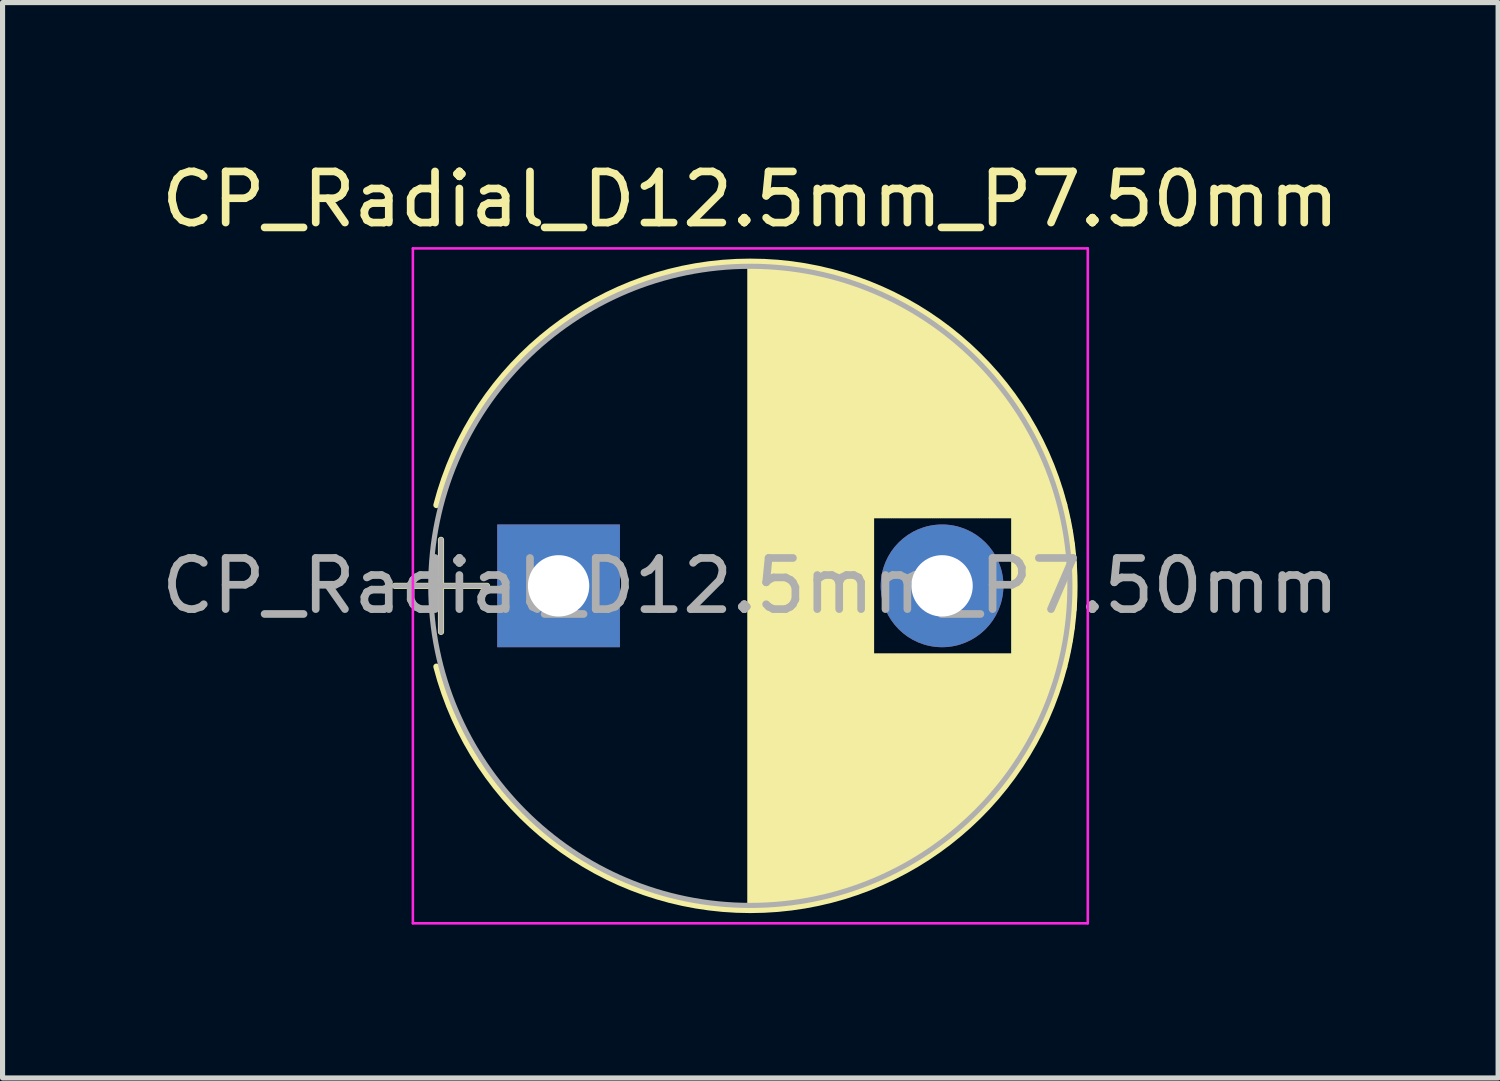
<source format=kicad_pcb>
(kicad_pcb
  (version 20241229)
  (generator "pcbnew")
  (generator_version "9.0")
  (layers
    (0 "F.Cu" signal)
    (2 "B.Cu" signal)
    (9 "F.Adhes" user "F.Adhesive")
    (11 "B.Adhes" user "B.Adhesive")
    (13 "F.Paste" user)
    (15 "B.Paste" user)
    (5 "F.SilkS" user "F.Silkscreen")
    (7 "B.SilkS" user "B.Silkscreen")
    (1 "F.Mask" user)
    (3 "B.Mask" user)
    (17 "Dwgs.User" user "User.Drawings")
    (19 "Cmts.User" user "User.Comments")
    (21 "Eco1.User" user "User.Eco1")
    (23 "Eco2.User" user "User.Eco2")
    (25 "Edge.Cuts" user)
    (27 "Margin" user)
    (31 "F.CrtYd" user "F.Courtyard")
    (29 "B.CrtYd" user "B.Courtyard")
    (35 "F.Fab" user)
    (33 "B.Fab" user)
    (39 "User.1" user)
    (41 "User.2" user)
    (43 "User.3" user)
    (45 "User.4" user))
  (footprint "CP_Radial_D12.5mm_P7.50mm"
    (layer "F.Cu")
    (at 7.875 8.408)
    (property "Reference" "CP_Radial_D12.5mm_P7.50mm" (at 3.75 -7.56 0) (layer "F.SilkS") (effects (font (size 1 1) (thickness 0.15))))
    (attr through_hole)
    (fp_line (start -3.2 0) (end -1.4 0) (stroke (width 0.12) (type solid)) (layer "F.SilkS"))
    (fp_line (start -2.3 -0.9) (end -2.3 0.9) (stroke (width 0.12) (type solid)) (layer "F.SilkS"))
    (fp_line (start 3.75 -6.3) (end 3.75 6.3) (stroke (width 0.12) (type solid)) (layer "F.SilkS"))
    (fp_line (start 3.79 -6.3) (end 3.79 6.3) (stroke (width 0.12) (type solid)) (layer "F.SilkS"))
    (fp_line (start 3.83 -6.3) (end 3.83 6.3) (stroke (width 0.12) (type solid)) (layer "F.SilkS"))
    (fp_line (start 3.87 -6.299) (end 3.87 6.299) (stroke (width 0.12) (type solid)) (layer "F.SilkS"))
    (fp_line (start 3.91 -6.298) (end 3.91 6.298) (stroke (width 0.12) (type solid)) (layer "F.SilkS"))
    (fp_line (start 3.95 -6.297) (end 3.95 6.297) (stroke (width 0.12) (type solid)) (layer "F.SilkS"))
    (fp_line (start 3.99 -6.296) (end 3.99 6.296) (stroke (width 0.12) (type solid)) (layer "F.SilkS"))
    (fp_line (start 4.03 -6.294) (end 4.03 6.294) (stroke (width 0.12) (type solid)) (layer "F.SilkS"))
    (fp_line (start 4.07 -6.292) (end 4.07 6.292) (stroke (width 0.12) (type solid)) (layer "F.SilkS"))
    (fp_line (start 4.11 -6.29) (end 4.11 6.29) (stroke (width 0.12) (type solid)) (layer "F.SilkS"))
    (fp_line (start 4.15 -6.288) (end 4.15 6.288) (stroke (width 0.12) (type solid)) (layer "F.SilkS"))
    (fp_line (start 4.19 -6.285) (end 4.19 6.285) (stroke (width 0.12) (type solid)) (layer "F.SilkS"))
    (fp_line (start 4.23 -6.282) (end 4.23 6.282) (stroke (width 0.12) (type solid)) (layer "F.SilkS"))
    (fp_line (start 4.27 -6.279) (end 4.27 6.279) (stroke (width 0.12) (type solid)) (layer "F.SilkS"))
    (fp_line (start 4.31 -6.276) (end 4.31 6.276) (stroke (width 0.12) (type solid)) (layer "F.SilkS"))
    (fp_line (start 4.35 -6.272) (end 4.35 6.272) (stroke (width 0.12) (type solid)) (layer "F.SilkS"))
    (fp_line (start 4.39 -6.268) (end 4.39 6.268) (stroke (width 0.12) (type solid)) (layer "F.SilkS"))
    (fp_line (start 4.43 -6.264) (end 4.43 6.264) (stroke (width 0.12) (type solid)) (layer "F.SilkS"))
    (fp_line (start 4.471 -6.259) (end 4.471 6.259) (stroke (width 0.12) (type solid)) (layer "F.SilkS"))
    (fp_line (start 4.511 -6.255) (end 4.511 6.255) (stroke (width 0.12) (type solid)) (layer "F.SilkS"))
    (fp_line (start 4.551 -6.25) (end 4.551 6.25) (stroke (width 0.12) (type solid)) (layer "F.SilkS"))
    (fp_line (start 4.591 -6.245) (end 4.591 6.245) (stroke (width 0.12) (type solid)) (layer "F.SilkS"))
    (fp_line (start 4.631 -6.239) (end 4.631 6.239) (stroke (width 0.12) (type solid)) (layer "F.SilkS"))
    (fp_line (start 4.671 -6.233) (end 4.671 6.233) (stroke (width 0.12) (type solid)) (layer "F.SilkS"))
    (fp_line (start 4.711 -6.227) (end 4.711 6.227) (stroke (width 0.12) (type solid)) (layer "F.SilkS"))
    (fp_line (start 4.751 -6.221) (end 4.751 6.221) (stroke (width 0.12) (type solid)) (layer "F.SilkS"))
    (fp_line (start 4.791 -6.215) (end 4.791 6.215) (stroke (width 0.12) (type solid)) (layer "F.SilkS"))
    (fp_line (start 4.831 -6.208) (end 4.831 6.208) (stroke (width 0.12) (type solid)) (layer "F.SilkS"))
    (fp_line (start 4.871 -6.201) (end 4.871 6.201) (stroke (width 0.12) (type solid)) (layer "F.SilkS"))
    (fp_line (start 4.911 -6.193) (end 4.911 6.193) (stroke (width 0.12) (type solid)) (layer "F.SilkS"))
    (fp_line (start 4.951 -6.186) (end 4.951 6.186) (stroke (width 0.12) (type solid)) (layer "F.SilkS"))
    (fp_line (start 4.991 -6.178) (end 4.991 6.178) (stroke (width 0.12) (type solid)) (layer "F.SilkS"))
    (fp_line (start 5.031 -6.17) (end 5.031 6.17) (stroke (width 0.12) (type solid)) (layer "F.SilkS"))
    (fp_line (start 5.071 -6.162) (end 5.071 6.162) (stroke (width 0.12) (type solid)) (layer "F.SilkS"))
    (fp_line (start 5.111 -6.153) (end 5.111 6.153) (stroke (width 0.12) (type solid)) (layer "F.SilkS"))
    (fp_line (start 5.151 -6.144) (end 5.151 6.144) (stroke (width 0.12) (type solid)) (layer "F.SilkS"))
    (fp_line (start 5.191 -6.135) (end 5.191 6.135) (stroke (width 0.12) (type solid)) (layer "F.SilkS"))
    (fp_line (start 5.231 -6.125) (end 5.231 6.125) (stroke (width 0.12) (type solid)) (layer "F.SilkS"))
    (fp_line (start 5.271 -6.116) (end 5.271 6.116) (stroke (width 0.12) (type solid)) (layer "F.SilkS"))
    (fp_line (start 5.311 -6.106) (end 5.311 6.106) (stroke (width 0.12) (type solid)) (layer "F.SilkS"))
    (fp_line (start 5.351 -6.095) (end 5.351 6.095) (stroke (width 0.12) (type solid)) (layer "F.SilkS"))
    (fp_line (start 5.391 -6.085) (end 5.391 6.085) (stroke (width 0.12) (type solid)) (layer "F.SilkS"))
    (fp_line (start 5.431 -6.074) (end 5.431 6.074) (stroke (width 0.12) (type solid)) (layer "F.SilkS"))
    (fp_line (start 5.471 -6.063) (end 5.471 6.063) (stroke (width 0.12) (type solid)) (layer "F.SilkS"))
    (fp_line (start 5.511 -6.051) (end 5.511 6.051) (stroke (width 0.12) (type solid)) (layer "F.SilkS"))
    (fp_line (start 5.551 -6.04) (end 5.551 6.04) (stroke (width 0.12) (type solid)) (layer "F.SilkS"))
    (fp_line (start 5.591 -6.028) (end 5.591 6.028) (stroke (width 0.12) (type solid)) (layer "F.SilkS"))
    (fp_line (start 5.631 -6.015) (end 5.631 6.015) (stroke (width 0.12) (type solid)) (layer "F.SilkS"))
    (fp_line (start 5.671 -6.003) (end 5.671 6.003) (stroke (width 0.12) (type solid)) (layer "F.SilkS"))
    (fp_line (start 5.711 -5.99) (end 5.711 5.99) (stroke (width 0.12) (type solid)) (layer "F.SilkS"))
    (fp_line (start 5.751 -5.977) (end 5.751 5.977) (stroke (width 0.12) (type solid)) (layer "F.SilkS"))
    (fp_line (start 5.791 -5.963) (end 5.791 5.963) (stroke (width 0.12) (type solid)) (layer "F.SilkS"))
    (fp_line (start 5.831 -5.95) (end 5.831 5.95) (stroke (width 0.12) (type solid)) (layer "F.SilkS"))
    (fp_line (start 5.871 -5.936) (end 5.871 5.936) (stroke (width 0.12) (type solid)) (layer "F.SilkS"))
    (fp_line (start 5.911 -5.921) (end 5.911 5.921) (stroke (width 0.12) (type solid)) (layer "F.SilkS"))
    (fp_line (start 5.951 -5.907) (end 5.951 5.907) (stroke (width 0.12) (type solid)) (layer "F.SilkS"))
    (fp_line (start 5.991 -5.892) (end 5.991 5.892) (stroke (width 0.12) (type solid)) (layer "F.SilkS"))
    (fp_line (start 6.031 -5.876) (end 6.031 5.876) (stroke (width 0.12) (type solid)) (layer "F.SilkS"))
    (fp_line (start 6.071 -5.861) (end 6.071 5.861) (stroke (width 0.12) (type solid)) (layer "F.SilkS"))
    (fp_line (start 6.111 -5.845) (end 6.111 5.845) (stroke (width 0.12) (type solid)) (layer "F.SilkS"))
    (fp_line (start 6.151 -5.829) (end 6.151 -1.38) (stroke (width 0.12) (type solid)) (layer "F.SilkS"))
    (fp_line (start 6.151 1.38) (end 6.151 5.829) (stroke (width 0.12) (type solid)) (layer "F.SilkS"))
    (fp_line (start 6.191 -5.812) (end 6.191 -1.38) (stroke (width 0.12) (type solid)) (layer "F.SilkS"))
    (fp_line (start 6.191 1.38) (end 6.191 5.812) (stroke (width 0.12) (type solid)) (layer "F.SilkS"))
    (fp_line (start 6.231 -5.795) (end 6.231 -1.38) (stroke (width 0.12) (type solid)) (layer "F.SilkS"))
    (fp_line (start 6.231 1.38) (end 6.231 5.795) (stroke (width 0.12) (type solid)) (layer "F.SilkS"))
    (fp_line (start 6.271 -5.778) (end 6.271 -1.38) (stroke (width 0.12) (type solid)) (layer "F.SilkS"))
    (fp_line (start 6.271 1.38) (end 6.271 5.778) (stroke (width 0.12) (type solid)) (layer "F.SilkS"))
    (fp_line (start 6.311 -5.761) (end 6.311 -1.38) (stroke (width 0.12) (type solid)) (layer "F.SilkS"))
    (fp_line (start 6.311 1.38) (end 6.311 5.761) (stroke (width 0.12) (type solid)) (layer "F.SilkS"))
    (fp_line (start 6.351 -5.743) (end 6.351 -1.38) (stroke (width 0.12) (type solid)) (layer "F.SilkS"))
    (fp_line (start 6.351 1.38) (end 6.351 5.743) (stroke (width 0.12) (type solid)) (layer "F.SilkS"))
    (fp_line (start 6.391 -5.725) (end 6.391 -1.38) (stroke (width 0.12) (type solid)) (layer "F.SilkS"))
    (fp_line (start 6.391 1.38) (end 6.391 5.725) (stroke (width 0.12) (type solid)) (layer "F.SilkS"))
    (fp_line (start 6.431 -5.706) (end 6.431 -1.38) (stroke (width 0.12) (type solid)) (layer "F.SilkS"))
    (fp_line (start 6.431 1.38) (end 6.431 5.706) (stroke (width 0.12) (type solid)) (layer "F.SilkS"))
    (fp_line (start 6.471 -5.687) (end 6.471 -1.38) (stroke (width 0.12) (type solid)) (layer "F.SilkS"))
    (fp_line (start 6.471 1.38) (end 6.471 5.687) (stroke (width 0.12) (type solid)) (layer "F.SilkS"))
    (fp_line (start 6.511 -5.668) (end 6.511 -1.38) (stroke (width 0.12) (type solid)) (layer "F.SilkS"))
    (fp_line (start 6.511 1.38) (end 6.511 5.668) (stroke (width 0.12) (type solid)) (layer "F.SilkS"))
    (fp_line (start 6.551 -5.649) (end 6.551 -1.38) (stroke (width 0.12) (type solid)) (layer "F.SilkS"))
    (fp_line (start 6.551 1.38) (end 6.551 5.649) (stroke (width 0.12) (type solid)) (layer "F.SilkS"))
    (fp_line (start 6.591 -5.629) (end 6.591 -1.38) (stroke (width 0.12) (type solid)) (layer "F.SilkS"))
    (fp_line (start 6.591 1.38) (end 6.591 5.629) (stroke (width 0.12) (type solid)) (layer "F.SilkS"))
    (fp_line (start 6.631 -5.609) (end 6.631 -1.38) (stroke (width 0.12) (type solid)) (layer "F.SilkS"))
    (fp_line (start 6.631 1.38) (end 6.631 5.609) (stroke (width 0.12) (type solid)) (layer "F.SilkS"))
    (fp_line (start 6.671 -5.588) (end 6.671 -1.38) (stroke (width 0.12) (type solid)) (layer "F.SilkS"))
    (fp_line (start 6.671 1.38) (end 6.671 5.588) (stroke (width 0.12) (type solid)) (layer "F.SilkS"))
    (fp_line (start 6.711 -5.567) (end 6.711 -1.38) (stroke (width 0.12) (type solid)) (layer "F.SilkS"))
    (fp_line (start 6.711 1.38) (end 6.711 5.567) (stroke (width 0.12) (type solid)) (layer "F.SilkS"))
    (fp_line (start 6.751 -5.546) (end 6.751 -1.38) (stroke (width 0.12) (type solid)) (layer "F.SilkS"))
    (fp_line (start 6.751 1.38) (end 6.751 5.546) (stroke (width 0.12) (type solid)) (layer "F.SilkS"))
    (fp_line (start 6.791 -5.524) (end 6.791 -1.38) (stroke (width 0.12) (type solid)) (layer "F.SilkS"))
    (fp_line (start 6.791 1.38) (end 6.791 5.524) (stroke (width 0.12) (type solid)) (layer "F.SilkS"))
    (fp_line (start 6.831 -5.502) (end 6.831 -1.38) (stroke (width 0.12) (type solid)) (layer "F.SilkS"))
    (fp_line (start 6.831 1.38) (end 6.831 5.502) (stroke (width 0.12) (type solid)) (layer "F.SilkS"))
    (fp_line (start 6.871 -5.48) (end 6.871 -1.38) (stroke (width 0.12) (type solid)) (layer "F.SilkS"))
    (fp_line (start 6.871 1.38) (end 6.871 5.48) (stroke (width 0.12) (type solid)) (layer "F.SilkS"))
    (fp_line (start 6.911 -5.457) (end 6.911 -1.38) (stroke (width 0.12) (type solid)) (layer "F.SilkS"))
    (fp_line (start 6.911 1.38) (end 6.911 5.457) (stroke (width 0.12) (type solid)) (layer "F.SilkS"))
    (fp_line (start 6.951 -5.434) (end 6.951 -1.38) (stroke (width 0.12) (type solid)) (layer "F.SilkS"))
    (fp_line (start 6.951 1.38) (end 6.951 5.434) (stroke (width 0.12) (type solid)) (layer "F.SilkS"))
    (fp_line (start 6.991 -5.41) (end 6.991 -1.38) (stroke (width 0.12) (type solid)) (layer "F.SilkS"))
    (fp_line (start 6.991 1.38) (end 6.991 5.41) (stroke (width 0.12) (type solid)) (layer "F.SilkS"))
    (fp_line (start 7.031 -5.386) (end 7.031 -1.38) (stroke (width 0.12) (type solid)) (layer "F.SilkS"))
    (fp_line (start 7.031 1.38) (end 7.031 5.386) (stroke (width 0.12) (type solid)) (layer "F.SilkS"))
    (fp_line (start 7.071 -5.362) (end 7.071 -1.38) (stroke (width 0.12) (type solid)) (layer "F.SilkS"))
    (fp_line (start 7.071 1.38) (end 7.071 5.362) (stroke (width 0.12) (type solid)) (layer "F.SilkS"))
    (fp_line (start 7.111 -5.337) (end 7.111 -1.38) (stroke (width 0.12) (type solid)) (layer "F.SilkS"))
    (fp_line (start 7.111 1.38) (end 7.111 5.337) (stroke (width 0.12) (type solid)) (layer "F.SilkS"))
    (fp_line (start 7.151 -5.312) (end 7.151 -1.38) (stroke (width 0.12) (type solid)) (layer "F.SilkS"))
    (fp_line (start 7.151 1.38) (end 7.151 5.312) (stroke (width 0.12) (type solid)) (layer "F.SilkS"))
    (fp_line (start 7.191 -5.286) (end 7.191 -1.38) (stroke (width 0.12) (type solid)) (layer "F.SilkS"))
    (fp_line (start 7.191 1.38) (end 7.191 5.286) (stroke (width 0.12) (type solid)) (layer "F.SilkS"))
    (fp_line (start 7.231 -5.26) (end 7.231 -1.38) (stroke (width 0.12) (type solid)) (layer "F.SilkS"))
    (fp_line (start 7.231 1.38) (end 7.231 5.26) (stroke (width 0.12) (type solid)) (layer "F.SilkS"))
    (fp_line (start 7.271 -5.234) (end 7.271 -1.38) (stroke (width 0.12) (type solid)) (layer "F.SilkS"))
    (fp_line (start 7.271 1.38) (end 7.271 5.234) (stroke (width 0.12) (type solid)) (layer "F.SilkS"))
    (fp_line (start 7.311 -5.207) (end 7.311 -1.38) (stroke (width 0.12) (type solid)) (layer "F.SilkS"))
    (fp_line (start 7.311 1.38) (end 7.311 5.207) (stroke (width 0.12) (type solid)) (layer "F.SilkS"))
    (fp_line (start 7.351 -5.179) (end 7.351 -1.38) (stroke (width 0.12) (type solid)) (layer "F.SilkS"))
    (fp_line (start 7.351 1.38) (end 7.351 5.179) (stroke (width 0.12) (type solid)) (layer "F.SilkS"))
    (fp_line (start 7.391 -5.151) (end 7.391 -1.38) (stroke (width 0.12) (type solid)) (layer "F.SilkS"))
    (fp_line (start 7.391 1.38) (end 7.391 5.151) (stroke (width 0.12) (type solid)) (layer "F.SilkS"))
    (fp_line (start 7.431 -5.123) (end 7.431 -1.38) (stroke (width 0.12) (type solid)) (layer "F.SilkS"))
    (fp_line (start 7.431 1.38) (end 7.431 5.123) (stroke (width 0.12) (type solid)) (layer "F.SilkS"))
    (fp_line (start 7.471 -5.094) (end 7.471 -1.38) (stroke (width 0.12) (type solid)) (layer "F.SilkS"))
    (fp_line (start 7.471 1.38) (end 7.471 5.094) (stroke (width 0.12) (type solid)) (layer "F.SilkS"))
    (fp_line (start 7.511 -5.065) (end 7.511 -1.38) (stroke (width 0.12) (type solid)) (layer "F.SilkS"))
    (fp_line (start 7.511 1.38) (end 7.511 5.065) (stroke (width 0.12) (type solid)) (layer "F.SilkS"))
    (fp_line (start 7.551 -5.035) (end 7.551 -1.38) (stroke (width 0.12) (type solid)) (layer "F.SilkS"))
    (fp_line (start 7.551 1.38) (end 7.551 5.035) (stroke (width 0.12) (type solid)) (layer "F.SilkS"))
    (fp_line (start 7.591 -5.005) (end 7.591 -1.38) (stroke (width 0.12) (type solid)) (layer "F.SilkS"))
    (fp_line (start 7.591 1.38) (end 7.591 5.005) (stroke (width 0.12) (type solid)) (layer "F.SilkS"))
    (fp_line (start 7.631 -4.975) (end 7.631 -1.38) (stroke (width 0.12) (type solid)) (layer "F.SilkS"))
    (fp_line (start 7.631 1.38) (end 7.631 4.975) (stroke (width 0.12) (type solid)) (layer "F.SilkS"))
    (fp_line (start 7.671 -4.943) (end 7.671 -1.38) (stroke (width 0.12) (type solid)) (layer "F.SilkS"))
    (fp_line (start 7.671 1.38) (end 7.671 4.943) (stroke (width 0.12) (type solid)) (layer "F.SilkS"))
    (fp_line (start 7.711 -4.912) (end 7.711 -1.38) (stroke (width 0.12) (type solid)) (layer "F.SilkS"))
    (fp_line (start 7.711 1.38) (end 7.711 4.912) (stroke (width 0.12) (type solid)) (layer "F.SilkS"))
    (fp_line (start 7.751 -4.879) (end 7.751 -1.38) (stroke (width 0.12) (type solid)) (layer "F.SilkS"))
    (fp_line (start 7.751 1.38) (end 7.751 4.879) (stroke (width 0.12) (type solid)) (layer "F.SilkS"))
    (fp_line (start 7.791 -4.847) (end 7.791 -1.38) (stroke (width 0.12) (type solid)) (layer "F.SilkS"))
    (fp_line (start 7.791 1.38) (end 7.791 4.847) (stroke (width 0.12) (type solid)) (layer "F.SilkS"))
    (fp_line (start 7.831 -4.813) (end 7.831 -1.38) (stroke (width 0.12) (type solid)) (layer "F.SilkS"))
    (fp_line (start 7.831 1.38) (end 7.831 4.813) (stroke (width 0.12) (type solid)) (layer "F.SilkS"))
    (fp_line (start 7.871 -4.779) (end 7.871 -1.38) (stroke (width 0.12) (type solid)) (layer "F.SilkS"))
    (fp_line (start 7.871 1.38) (end 7.871 4.779) (stroke (width 0.12) (type solid)) (layer "F.SilkS"))
    (fp_line (start 7.911 -4.745) (end 7.911 -1.38) (stroke (width 0.12) (type solid)) (layer "F.SilkS"))
    (fp_line (start 7.911 1.38) (end 7.911 4.745) (stroke (width 0.12) (type solid)) (layer "F.SilkS"))
    (fp_line (start 7.951 -4.71) (end 7.951 -1.38) (stroke (width 0.12) (type solid)) (layer "F.SilkS"))
    (fp_line (start 7.951 1.38) (end 7.951 4.71) (stroke (width 0.12) (type solid)) (layer "F.SilkS"))
    (fp_line (start 7.991 -4.674) (end 7.991 -1.38) (stroke (width 0.12) (type solid)) (layer "F.SilkS"))
    (fp_line (start 7.991 1.38) (end 7.991 4.674) (stroke (width 0.12) (type solid)) (layer "F.SilkS"))
    (fp_line (start 8.031 -4.638) (end 8.031 -1.38) (stroke (width 0.12) (type solid)) (layer "F.SilkS"))
    (fp_line (start 8.031 1.38) (end 8.031 4.638) (stroke (width 0.12) (type solid)) (layer "F.SilkS"))
    (fp_line (start 8.071 -4.601) (end 8.071 -1.38) (stroke (width 0.12) (type solid)) (layer "F.SilkS"))
    (fp_line (start 8.071 1.38) (end 8.071 4.601) (stroke (width 0.12) (type solid)) (layer "F.SilkS"))
    (fp_line (start 8.111 -4.563) (end 8.111 -1.38) (stroke (width 0.12) (type solid)) (layer "F.SilkS"))
    (fp_line (start 8.111 1.38) (end 8.111 4.563) (stroke (width 0.12) (type solid)) (layer "F.SilkS"))
    (fp_line (start 8.151 -4.525) (end 8.151 -1.38) (stroke (width 0.12) (type solid)) (layer "F.SilkS"))
    (fp_line (start 8.151 1.38) (end 8.151 4.525) (stroke (width 0.12) (type solid)) (layer "F.SilkS"))
    (fp_line (start 8.191 -4.486) (end 8.191 -1.38) (stroke (width 0.12) (type solid)) (layer "F.SilkS"))
    (fp_line (start 8.191 1.38) (end 8.191 4.486) (stroke (width 0.12) (type solid)) (layer "F.SilkS"))
    (fp_line (start 8.231 -4.447) (end 8.231 -1.38) (stroke (width 0.12) (type solid)) (layer "F.SilkS"))
    (fp_line (start 8.231 1.38) (end 8.231 4.447) (stroke (width 0.12) (type solid)) (layer "F.SilkS"))
    (fp_line (start 8.271 -4.406) (end 8.271 -1.38) (stroke (width 0.12) (type solid)) (layer "F.SilkS"))
    (fp_line (start 8.271 1.38) (end 8.271 4.406) (stroke (width 0.12) (type solid)) (layer "F.SilkS"))
    (fp_line (start 8.311 -4.365) (end 8.311 -1.38) (stroke (width 0.12) (type solid)) (layer "F.SilkS"))
    (fp_line (start 8.311 1.38) (end 8.311 4.365) (stroke (width 0.12) (type solid)) (layer "F.SilkS"))
    (fp_line (start 8.351 -4.323) (end 8.351 -1.38) (stroke (width 0.12) (type solid)) (layer "F.SilkS"))
    (fp_line (start 8.351 1.38) (end 8.351 4.323) (stroke (width 0.12) (type solid)) (layer "F.SilkS"))
    (fp_line (start 8.391 -4.281) (end 8.391 -1.38) (stroke (width 0.12) (type solid)) (layer "F.SilkS"))
    (fp_line (start 8.391 1.38) (end 8.391 4.281) (stroke (width 0.12) (type solid)) (layer "F.SilkS"))
    (fp_line (start 8.431 -4.238) (end 8.431 -1.38) (stroke (width 0.12) (type solid)) (layer "F.SilkS"))
    (fp_line (start 8.431 1.38) (end 8.431 4.238) (stroke (width 0.12) (type solid)) (layer "F.SilkS"))
    (fp_line (start 8.471 -4.193) (end 8.471 -1.38) (stroke (width 0.12) (type solid)) (layer "F.SilkS"))
    (fp_line (start 8.471 1.38) (end 8.471 4.193) (stroke (width 0.12) (type solid)) (layer "F.SilkS"))
    (fp_line (start 8.511 -4.148) (end 8.511 -1.38) (stroke (width 0.12) (type solid)) (layer "F.SilkS"))
    (fp_line (start 8.511 1.38) (end 8.511 4.148) (stroke (width 0.12) (type solid)) (layer "F.SilkS"))
    (fp_line (start 8.551 -4.102) (end 8.551 -1.38) (stroke (width 0.12) (type solid)) (layer "F.SilkS"))
    (fp_line (start 8.551 1.38) (end 8.551 4.102) (stroke (width 0.12) (type solid)) (layer "F.SilkS"))
    (fp_line (start 8.591 -4.056) (end 8.591 -1.38) (stroke (width 0.12) (type solid)) (layer "F.SilkS"))
    (fp_line (start 8.591 1.38) (end 8.591 4.056) (stroke (width 0.12) (type solid)) (layer "F.SilkS"))
    (fp_line (start 8.631 -4.008) (end 8.631 -1.38) (stroke (width 0.12) (type solid)) (layer "F.SilkS"))
    (fp_line (start 8.631 1.38) (end 8.631 4.008) (stroke (width 0.12) (type solid)) (layer "F.SilkS"))
    (fp_line (start 8.671 -3.959) (end 8.671 -1.38) (stroke (width 0.12) (type solid)) (layer "F.SilkS"))
    (fp_line (start 8.671 1.38) (end 8.671 3.959) (stroke (width 0.12) (type solid)) (layer "F.SilkS"))
    (fp_line (start 8.711 -3.909) (end 8.711 -1.38) (stroke (width 0.12) (type solid)) (layer "F.SilkS"))
    (fp_line (start 8.711 1.38) (end 8.711 3.909) (stroke (width 0.12) (type solid)) (layer "F.SilkS"))
    (fp_line (start 8.751 -3.859) (end 8.751 -1.38) (stroke (width 0.12) (type solid)) (layer "F.SilkS"))
    (fp_line (start 8.751 1.38) (end 8.751 3.859) (stroke (width 0.12) (type solid)) (layer "F.SilkS"))
    (fp_line (start 8.791 -3.807) (end 8.791 -1.38) (stroke (width 0.12) (type solid)) (layer "F.SilkS"))
    (fp_line (start 8.791 1.38) (end 8.791 3.807) (stroke (width 0.12) (type solid)) (layer "F.SilkS"))
    (fp_line (start 8.831 -3.754) (end 8.831 -1.38) (stroke (width 0.12) (type solid)) (layer "F.SilkS"))
    (fp_line (start 8.831 1.38) (end 8.831 3.754) (stroke (width 0.12) (type solid)) (layer "F.SilkS"))
    (fp_line (start 8.871 -3.7) (end 8.871 -1.38) (stroke (width 0.12) (type solid)) (layer "F.SilkS"))
    (fp_line (start 8.871 1.38) (end 8.871 3.7) (stroke (width 0.12) (type solid)) (layer "F.SilkS"))
    (fp_line (start 8.911 -3.644) (end 8.911 3.644) (stroke (width 0.12) (type solid)) (layer "F.SilkS"))
    (fp_line (start 8.951 -3.588) (end 8.951 3.588) (stroke (width 0.12) (type solid)) (layer "F.SilkS"))
    (fp_line (start 8.991 -3.53) (end 8.991 3.53) (stroke (width 0.12) (type solid)) (layer "F.SilkS"))
    (fp_line (start 9.031 -3.47) (end 9.031 3.47) (stroke (width 0.12) (type solid)) (layer "F.SilkS"))
    (fp_line (start 9.071 -3.409) (end 9.071 3.409) (stroke (width 0.12) (type solid)) (layer "F.SilkS"))
    (fp_line (start 9.111 -3.347) (end 9.111 3.347) (stroke (width 0.12) (type solid)) (layer "F.SilkS"))
    (fp_line (start 9.151 -3.282) (end 9.151 3.282) (stroke (width 0.12) (type solid)) (layer "F.SilkS"))
    (fp_line (start 9.191 -3.217) (end 9.191 3.217) (stroke (width 0.12) (type solid)) (layer "F.SilkS"))
    (fp_line (start 9.231 -3.149) (end 9.231 3.149) (stroke (width 0.12) (type solid)) (layer "F.SilkS"))
    (fp_line (start 9.271 -3.079) (end 9.271 3.079) (stroke (width 0.12) (type solid)) (layer "F.SilkS"))
    (fp_line (start 9.311 -3.007) (end 9.311 3.007) (stroke (width 0.12) (type solid)) (layer "F.SilkS"))
    (fp_line (start 9.351 -2.933) (end 9.351 2.933) (stroke (width 0.12) (type solid)) (layer "F.SilkS"))
    (fp_line (start 9.391 -2.856) (end 9.391 2.856) (stroke (width 0.12) (type solid)) (layer "F.SilkS"))
    (fp_line (start 9.431 -2.777) (end 9.431 2.777) (stroke (width 0.12) (type solid)) (layer "F.SilkS"))
    (fp_line (start 9.471 -2.695) (end 9.471 2.695) (stroke (width 0.12) (type solid)) (layer "F.SilkS"))
    (fp_line (start 9.511 -2.61) (end 9.511 2.61) (stroke (width 0.12) (type solid)) (layer "F.SilkS"))
    (fp_line (start 9.551 -2.521) (end 9.551 2.521) (stroke (width 0.12) (type solid)) (layer "F.SilkS"))
    (fp_line (start 9.591 -2.428) (end 9.591 2.428) (stroke (width 0.12) (type solid)) (layer "F.SilkS"))
    (fp_line (start 9.631 -2.331) (end 9.631 2.331) (stroke (width 0.12) (type solid)) (layer "F.SilkS"))
    (fp_line (start 9.671 -2.23) (end 9.671 2.23) (stroke (width 0.12) (type solid)) (layer "F.SilkS"))
    (fp_line (start 9.711 -2.122) (end 9.711 2.122) (stroke (width 0.12) (type solid)) (layer "F.SilkS"))
    (fp_line (start 9.751 -2.009) (end 9.751 2.009) (stroke (width 0.12) (type solid)) (layer "F.SilkS"))
    (fp_line (start 9.791 -1.888) (end 9.791 1.888) (stroke (width 0.12) (type solid)) (layer "F.SilkS"))
    (fp_line (start 9.831 -1.757) (end 9.831 1.757) (stroke (width 0.12) (type solid)) (layer "F.SilkS"))
    (fp_line (start 9.871 -1.616) (end 9.871 1.616) (stroke (width 0.12) (type solid)) (layer "F.SilkS"))
    (fp_line (start 9.911 -1.46) (end 9.911 1.46) (stroke (width 0.12) (type solid)) (layer "F.SilkS"))
    (fp_line (start 9.951 -1.285) (end 9.951 1.285) (stroke (width 0.12) (type solid)) (layer "F.SilkS"))
    (fp_line (start 9.991 -1.082) (end 9.991 1.082) (stroke (width 0.12) (type solid)) (layer "F.SilkS"))
    (fp_line (start 10.031 -0.831) (end 10.031 0.831) (stroke (width 0.12) (type solid)) (layer "F.SilkS"))
    (fp_line (start 10.071 -0.464) (end 10.071 0.464) (stroke (width 0.12) (type solid)) (layer "F.SilkS"))
    (fp_arc (start -2.389967 -1.58) (mid 3.747881 -6.339999) (end 9.888909 -1.584104) (stroke (width 0.12) (type solid)) (layer "F.SilkS"))
    (fp_arc (start 9.888909 1.584104) (mid 3.747881 6.339999) (end -2.389967 1.58) (stroke (width 0.12) (type solid)) (layer "F.SilkS"))
    (fp_arc (start 9.889967 -1.58) (mid 10.089999 0.002119) (end 9.888909 1.584104) (stroke (width 0.12) (type solid)) (layer "F.SilkS"))
    (fp_line (start -2.85 -6.6) (end -2.85 6.6) (stroke (width 0.05) (type solid)) (layer "F.CrtYd"))
    (fp_line (start -2.85 6.6) (end 10.35 6.6) (stroke (width 0.05) (type solid)) (layer "F.CrtYd"))
    (fp_line (start 10.35 -6.6) (end -2.85 -6.6) (stroke (width 0.05) (type solid)) (layer "F.CrtYd"))
    (fp_line (start 10.35 6.6) (end 10.35 -6.6) (stroke (width 0.05) (type solid)) (layer "F.CrtYd"))
    (fp_line (start -3.2 0) (end -1.4 0) (stroke (width 0.1) (type solid)) (layer "F.Fab"))
    (fp_line (start -2.3 -0.9) (end -2.3 0.9) (stroke (width 0.1) (type solid)) (layer "F.Fab"))
    (fp_circle (center 3.75 0) (end 10 0) (stroke (width 0.1) (type solid)) (fill no) (layer "F.Fab"))
    (fp_text user "${REFERENCE}" (at 3.75 0 0) (layer "F.Fab") (effects (font (size 1 1) (thickness 0.15))))
    (pad "1" thru_hole rect (at 0 0) (size 2.4 2.4) (drill 1.2) (layers "*.Cu" "*.Mask"))
    (pad "2" thru_hole circle (at 7.5 0) (size 2.4 2.4) (drill 1.2) (layers "*.Cu" "*.Mask")))
  (gr_rect
    (start -3 -3)
    (end 26.25 18.033)
    (stroke (width 0.1) (type default))
    (fill no)
    (layer "Edge.Cuts")))
</source>
